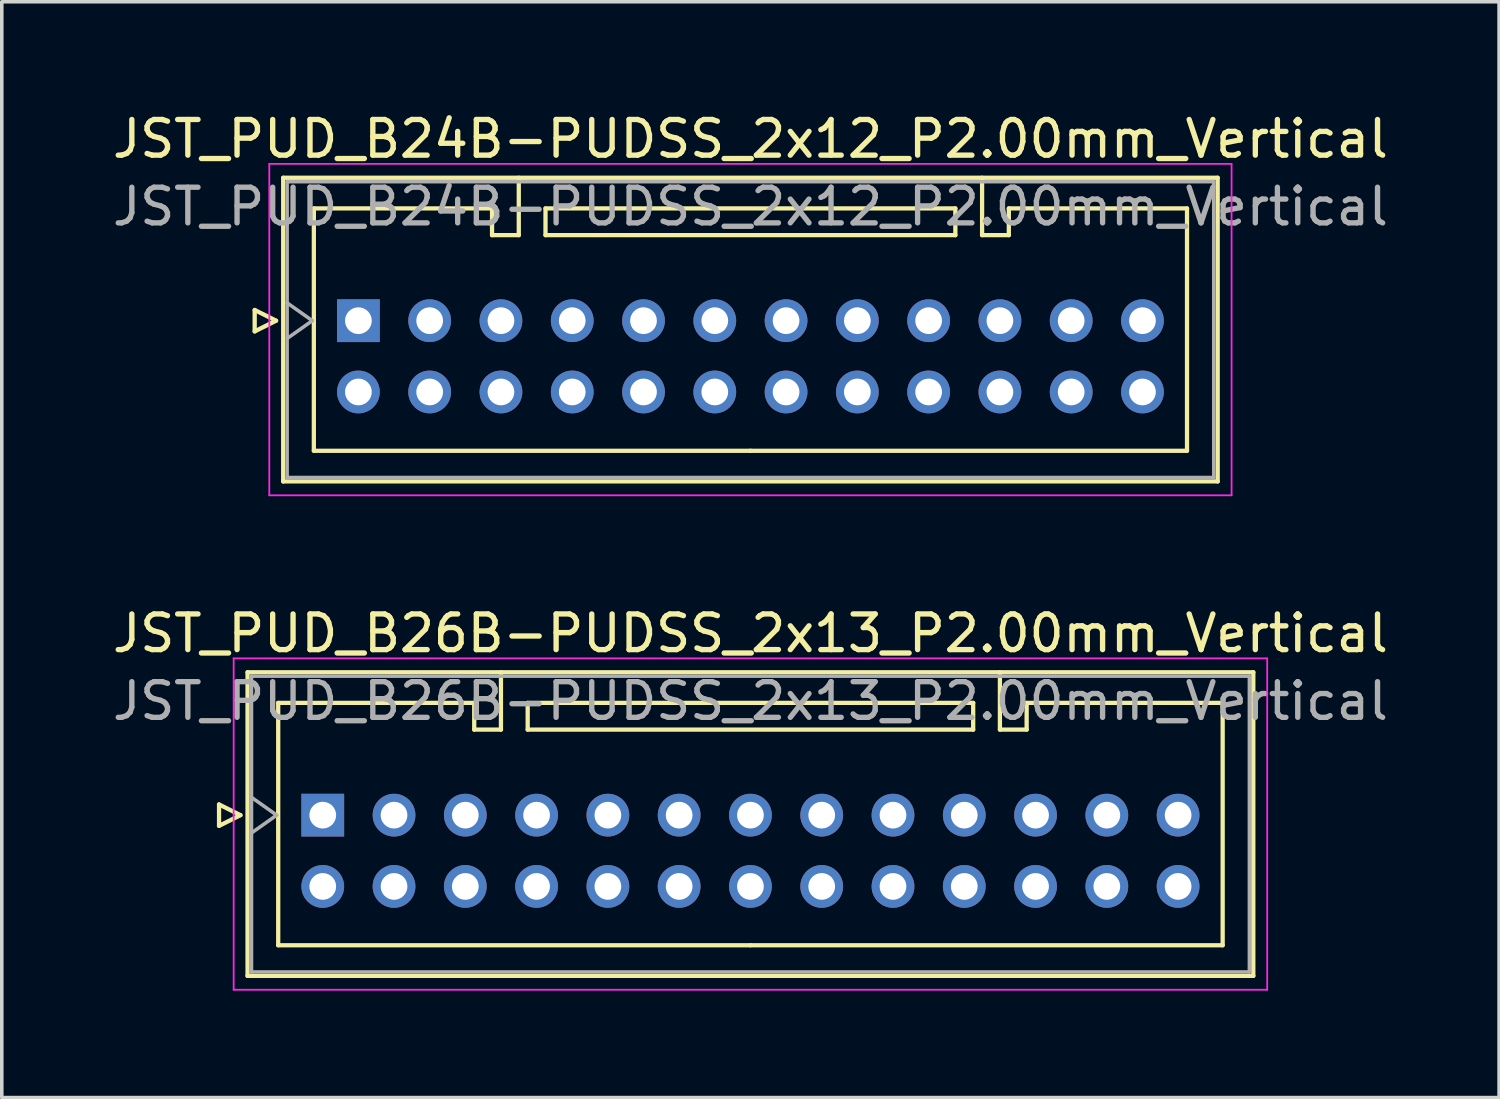
<source format=kicad_pcb>
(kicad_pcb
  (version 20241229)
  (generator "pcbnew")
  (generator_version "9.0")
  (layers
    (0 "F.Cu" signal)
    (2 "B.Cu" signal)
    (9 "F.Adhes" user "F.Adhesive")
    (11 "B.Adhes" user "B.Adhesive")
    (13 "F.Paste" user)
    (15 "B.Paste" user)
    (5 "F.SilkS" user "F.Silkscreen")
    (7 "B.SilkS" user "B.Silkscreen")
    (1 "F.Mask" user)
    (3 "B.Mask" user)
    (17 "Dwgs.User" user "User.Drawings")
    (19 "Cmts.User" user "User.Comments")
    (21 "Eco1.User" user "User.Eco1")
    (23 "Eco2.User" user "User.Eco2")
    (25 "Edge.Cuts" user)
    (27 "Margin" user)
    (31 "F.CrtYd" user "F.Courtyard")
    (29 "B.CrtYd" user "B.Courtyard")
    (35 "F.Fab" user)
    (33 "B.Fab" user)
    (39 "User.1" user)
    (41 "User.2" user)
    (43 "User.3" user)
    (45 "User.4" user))
  (footprint "JST_PUD_B26B-PUDSS_2x13_P2.00mm_Vertical"
    (layer "F.Cu")
    (at 6.006 19.822)
    (property "Reference" "JST_PUD_B26B-PUDSS_2x13_P2.00mm_Vertical" (at 12 -5.1 0) (layer "F.SilkS") (effects (font (size 1 1) (thickness 0.15))))
    (attr through_hole)
    (fp_line (start -2.91 -0.3) (end -2.31 0) (stroke (width 0.12) (type solid)) (layer "F.SilkS"))
    (fp_line (start -2.91 0.3) (end -2.91 -0.3) (stroke (width 0.12) (type solid)) (layer "F.SilkS"))
    (fp_line (start -2.31 0) (end -2.91 0.3) (stroke (width 0.12) (type solid)) (layer "F.SilkS"))
    (fp_line (start -2.11 -4.01) (end -2.11 4.51) (stroke (width 0.12) (type solid)) (layer "F.SilkS"))
    (fp_line (start -2.11 4.51) (end 26.11 4.51) (stroke (width 0.12) (type solid)) (layer "F.SilkS"))
    (fp_line (start -1.25 -3.15) (end -1.25 3.65) (stroke (width 0.12) (type solid)) (layer "F.SilkS"))
    (fp_line (start -1.25 3.65) (end 12 3.65) (stroke (width 0.12) (type solid)) (layer "F.SilkS"))
    (fp_line (start 4.25 -3.15) (end -1.25 -3.15) (stroke (width 0.12) (type solid)) (layer "F.SilkS"))
    (fp_line (start 4.25 -2.4) (end 4.25 -3.15) (stroke (width 0.12) (type solid)) (layer "F.SilkS"))
    (fp_line (start 5 -4.01) (end 5 -2.4) (stroke (width 0.12) (type solid)) (layer "F.SilkS"))
    (fp_line (start 5 -2.4) (end 4.25 -2.4) (stroke (width 0.12) (type solid)) (layer "F.SilkS"))
    (fp_line (start 5.75 -3.15) (end 5.75 -2.4) (stroke (width 0.12) (type solid)) (layer "F.SilkS"))
    (fp_line (start 5.75 -2.4) (end 18.25 -2.4) (stroke (width 0.12) (type solid)) (layer "F.SilkS"))
    (fp_line (start 18.25 -3.15) (end 5.75 -3.15) (stroke (width 0.12) (type solid)) (layer "F.SilkS"))
    (fp_line (start 18.25 -2.4) (end 18.25 -3.15) (stroke (width 0.12) (type solid)) (layer "F.SilkS"))
    (fp_line (start 19 -4.01) (end 19 -2.4) (stroke (width 0.12) (type solid)) (layer "F.SilkS"))
    (fp_line (start 19 -2.4) (end 19.75 -2.4) (stroke (width 0.12) (type solid)) (layer "F.SilkS"))
    (fp_line (start 19.75 -3.15) (end 25.25 -3.15) (stroke (width 0.12) (type solid)) (layer "F.SilkS"))
    (fp_line (start 19.75 -2.4) (end 19.75 -3.15) (stroke (width 0.12) (type solid)) (layer "F.SilkS"))
    (fp_line (start 25.25 -3.15) (end 25.25 3.65) (stroke (width 0.12) (type solid)) (layer "F.SilkS"))
    (fp_line (start 25.25 3.65) (end 12 3.65) (stroke (width 0.12) (type solid)) (layer "F.SilkS"))
    (fp_line (start 26.11 -4.01) (end -2.11 -4.01) (stroke (width 0.12) (type solid)) (layer "F.SilkS"))
    (fp_line (start 26.11 4.51) (end 26.11 -4.01) (stroke (width 0.12) (type solid)) (layer "F.SilkS"))
    (fp_line (start -2.5 -4.4) (end -2.5 4.9) (stroke (width 0.05) (type solid)) (layer "F.CrtYd"))
    (fp_line (start -2.5 4.9) (end 26.5 4.9) (stroke (width 0.05) (type solid)) (layer "F.CrtYd"))
    (fp_line (start 26.5 -4.4) (end -2.5 -4.4) (stroke (width 0.05) (type solid)) (layer "F.CrtYd"))
    (fp_line (start 26.5 4.9) (end 26.5 -4.4) (stroke (width 0.05) (type solid)) (layer "F.CrtYd"))
    (fp_line (start -2 -3.9) (end -2 4.4) (stroke (width 0.1) (type solid)) (layer "F.Fab"))
    (fp_line (start -2 0.5) (end -1.293 0) (stroke (width 0.1) (type solid)) (layer "F.Fab"))
    (fp_line (start -2 4.4) (end 26 4.4) (stroke (width 0.1) (type solid)) (layer "F.Fab"))
    (fp_line (start -1.293 0) (end -2 -0.5) (stroke (width 0.1) (type solid)) (layer "F.Fab"))
    (fp_line (start 26 -3.9) (end -2 -3.9) (stroke (width 0.1) (type solid)) (layer "F.Fab"))
    (fp_line (start 26 4.4) (end 26 -3.9) (stroke (width 0.1) (type solid)) (layer "F.Fab"))
    (fp_text user "${REFERENCE}" (at 12 -3.2 0) (layer "F.Fab") (effects (font (size 1 1) (thickness 0.15))))
    (pad "1" thru_hole rect (at 0 0) (size 1.2 1.2) (drill 0.75) (layers "*.Cu" "*.Mask"))
    (pad "2" thru_hole circle (at 0 2) (size 1.2 1.2) (drill 0.75) (layers "*.Cu" "*.Mask"))
    (pad "3" thru_hole circle (at 2 0) (size 1.2 1.2) (drill 0.75) (layers "*.Cu" "*.Mask"))
    (pad "4" thru_hole circle (at 2 2) (size 1.2 1.2) (drill 0.75) (layers "*.Cu" "*.Mask"))
    (pad "5" thru_hole circle (at 4 0) (size 1.2 1.2) (drill 0.75) (layers "*.Cu" "*.Mask"))
    (pad "6" thru_hole circle (at 4 2) (size 1.2 1.2) (drill 0.75) (layers "*.Cu" "*.Mask"))
    (pad "7" thru_hole circle (at 6 0) (size 1.2 1.2) (drill 0.75) (layers "*.Cu" "*.Mask"))
    (pad "8" thru_hole circle (at 6 2) (size 1.2 1.2) (drill 0.75) (layers "*.Cu" "*.Mask"))
    (pad "9" thru_hole circle (at 8 0) (size 1.2 1.2) (drill 0.75) (layers "*.Cu" "*.Mask"))
    (pad "10" thru_hole circle (at 8 2) (size 1.2 1.2) (drill 0.75) (layers "*.Cu" "*.Mask"))
    (pad "11" thru_hole circle (at 10 0) (size 1.2 1.2) (drill 0.75) (layers "*.Cu" "*.Mask"))
    (pad "12" thru_hole circle (at 10 2) (size 1.2 1.2) (drill 0.75) (layers "*.Cu" "*.Mask"))
    (pad "13" thru_hole circle (at 12 0) (size 1.2 1.2) (drill 0.75) (layers "*.Cu" "*.Mask"))
    (pad "14" thru_hole circle (at 12 2) (size 1.2 1.2) (drill 0.75) (layers "*.Cu" "*.Mask"))
    (pad "15" thru_hole circle (at 14 0) (size 1.2 1.2) (drill 0.75) (layers "*.Cu" "*.Mask"))
    (pad "16" thru_hole circle (at 14 2) (size 1.2 1.2) (drill 0.75) (layers "*.Cu" "*.Mask"))
    (pad "17" thru_hole circle (at 16 0) (size 1.2 1.2) (drill 0.75) (layers "*.Cu" "*.Mask"))
    (pad "18" thru_hole circle (at 16 2) (size 1.2 1.2) (drill 0.75) (layers "*.Cu" "*.Mask"))
    (pad "19" thru_hole circle (at 18 0) (size 1.2 1.2) (drill 0.75) (layers "*.Cu" "*.Mask"))
    (pad "20" thru_hole circle (at 18 2) (size 1.2 1.2) (drill 0.75) (layers "*.Cu" "*.Mask"))
    (pad "21" thru_hole circle (at 20 0) (size 1.2 1.2) (drill 0.75) (layers "*.Cu" "*.Mask"))
    (pad "22" thru_hole circle (at 20 2) (size 1.2 1.2) (drill 0.75) (layers "*.Cu" "*.Mask"))
    (pad "23" thru_hole circle (at 22 0) (size 1.2 1.2) (drill 0.75) (layers "*.Cu" "*.Mask"))
    (pad "24" thru_hole circle (at 22 2) (size 1.2 1.2) (drill 0.75) (layers "*.Cu" "*.Mask"))
    (pad "25" thru_hole circle (at 24 0) (size 1.2 1.2) (drill 0.75) (layers "*.Cu" "*.Mask"))
    (pad "26" thru_hole circle (at 24 2) (size 1.2 1.2) (drill 0.75) (layers "*.Cu" "*.Mask")))
  (footprint "JST_PUD_B24B-PUDSS_2x12_P2.00mm_Vertical"
    (layer "F.Cu")
    (at 7.006 5.948)
    (property "Reference" "JST_PUD_B24B-PUDSS_2x12_P2.00mm_Vertical" (at 11 -5.1 0) (layer "F.SilkS") (effects (font (size 1 1) (thickness 0.15))))
    (attr through_hole)
    (fp_line (start -2.91 -0.3) (end -2.31 0) (stroke (width 0.12) (type solid)) (layer "F.SilkS"))
    (fp_line (start -2.91 0.3) (end -2.91 -0.3) (stroke (width 0.12) (type solid)) (layer "F.SilkS"))
    (fp_line (start -2.31 0) (end -2.91 0.3) (stroke (width 0.12) (type solid)) (layer "F.SilkS"))
    (fp_line (start -2.11 -4.01) (end -2.11 4.51) (stroke (width 0.12) (type solid)) (layer "F.SilkS"))
    (fp_line (start -2.11 4.51) (end 24.11 4.51) (stroke (width 0.12) (type solid)) (layer "F.SilkS"))
    (fp_line (start -1.25 -3.15) (end -1.25 3.65) (stroke (width 0.12) (type solid)) (layer "F.SilkS"))
    (fp_line (start -1.25 3.65) (end 11 3.65) (stroke (width 0.12) (type solid)) (layer "F.SilkS"))
    (fp_line (start 3.75 -3.15) (end -1.25 -3.15) (stroke (width 0.12) (type solid)) (layer "F.SilkS"))
    (fp_line (start 3.75 -2.4) (end 3.75 -3.15) (stroke (width 0.12) (type solid)) (layer "F.SilkS"))
    (fp_line (start 4.5 -4.01) (end 4.5 -2.4) (stroke (width 0.12) (type solid)) (layer "F.SilkS"))
    (fp_line (start 4.5 -2.4) (end 3.75 -2.4) (stroke (width 0.12) (type solid)) (layer "F.SilkS"))
    (fp_line (start 5.25 -3.15) (end 5.25 -2.4) (stroke (width 0.12) (type solid)) (layer "F.SilkS"))
    (fp_line (start 5.25 -2.4) (end 16.75 -2.4) (stroke (width 0.12) (type solid)) (layer "F.SilkS"))
    (fp_line (start 16.75 -3.15) (end 5.25 -3.15) (stroke (width 0.12) (type solid)) (layer "F.SilkS"))
    (fp_line (start 16.75 -2.4) (end 16.75 -3.15) (stroke (width 0.12) (type solid)) (layer "F.SilkS"))
    (fp_line (start 17.5 -4.01) (end 17.5 -2.4) (stroke (width 0.12) (type solid)) (layer "F.SilkS"))
    (fp_line (start 17.5 -2.4) (end 18.25 -2.4) (stroke (width 0.12) (type solid)) (layer "F.SilkS"))
    (fp_line (start 18.25 -3.15) (end 23.25 -3.15) (stroke (width 0.12) (type solid)) (layer "F.SilkS"))
    (fp_line (start 18.25 -2.4) (end 18.25 -3.15) (stroke (width 0.12) (type solid)) (layer "F.SilkS"))
    (fp_line (start 23.25 -3.15) (end 23.25 3.65) (stroke (width 0.12) (type solid)) (layer "F.SilkS"))
    (fp_line (start 23.25 3.65) (end 11 3.65) (stroke (width 0.12) (type solid)) (layer "F.SilkS"))
    (fp_line (start 24.11 -4.01) (end -2.11 -4.01) (stroke (width 0.12) (type solid)) (layer "F.SilkS"))
    (fp_line (start 24.11 4.51) (end 24.11 -4.01) (stroke (width 0.12) (type solid)) (layer "F.SilkS"))
    (fp_line (start -2.5 -4.4) (end -2.5 4.9) (stroke (width 0.05) (type solid)) (layer "F.CrtYd"))
    (fp_line (start -2.5 4.9) (end 24.5 4.9) (stroke (width 0.05) (type solid)) (layer "F.CrtYd"))
    (fp_line (start 24.5 -4.4) (end -2.5 -4.4) (stroke (width 0.05) (type solid)) (layer "F.CrtYd"))
    (fp_line (start 24.5 4.9) (end 24.5 -4.4) (stroke (width 0.05) (type solid)) (layer "F.CrtYd"))
    (fp_line (start -2 -3.9) (end -2 4.4) (stroke (width 0.1) (type solid)) (layer "F.Fab"))
    (fp_line (start -2 0.5) (end -1.293 0) (stroke (width 0.1) (type solid)) (layer "F.Fab"))
    (fp_line (start -2 4.4) (end 24 4.4) (stroke (width 0.1) (type solid)) (layer "F.Fab"))
    (fp_line (start -1.293 0) (end -2 -0.5) (stroke (width 0.1) (type solid)) (layer "F.Fab"))
    (fp_line (start 24 -3.9) (end -2 -3.9) (stroke (width 0.1) (type solid)) (layer "F.Fab"))
    (fp_line (start 24 4.4) (end 24 -3.9) (stroke (width 0.1) (type solid)) (layer "F.Fab"))
    (fp_text user "${REFERENCE}" (at 11 -3.2 0) (layer "F.Fab") (effects (font (size 1 1) (thickness 0.15))))
    (pad "1" thru_hole rect (at 0 0) (size 1.2 1.2) (drill 0.75) (layers "*.Cu" "*.Mask"))
    (pad "2" thru_hole circle (at 0 2) (size 1.2 1.2) (drill 0.75) (layers "*.Cu" "*.Mask"))
    (pad "3" thru_hole circle (at 2 0) (size 1.2 1.2) (drill 0.75) (layers "*.Cu" "*.Mask"))
    (pad "4" thru_hole circle (at 2 2) (size 1.2 1.2) (drill 0.75) (layers "*.Cu" "*.Mask"))
    (pad "5" thru_hole circle (at 4 0) (size 1.2 1.2) (drill 0.75) (layers "*.Cu" "*.Mask"))
    (pad "6" thru_hole circle (at 4 2) (size 1.2 1.2) (drill 0.75) (layers "*.Cu" "*.Mask"))
    (pad "7" thru_hole circle (at 6 0) (size 1.2 1.2) (drill 0.75) (layers "*.Cu" "*.Mask"))
    (pad "8" thru_hole circle (at 6 2) (size 1.2 1.2) (drill 0.75) (layers "*.Cu" "*.Mask"))
    (pad "9" thru_hole circle (at 8 0) (size 1.2 1.2) (drill 0.75) (layers "*.Cu" "*.Mask"))
    (pad "10" thru_hole circle (at 8 2) (size 1.2 1.2) (drill 0.75) (layers "*.Cu" "*.Mask"))
    (pad "11" thru_hole circle (at 10 0) (size 1.2 1.2) (drill 0.75) (layers "*.Cu" "*.Mask"))
    (pad "12" thru_hole circle (at 10 2) (size 1.2 1.2) (drill 0.75) (layers "*.Cu" "*.Mask"))
    (pad "13" thru_hole circle (at 12 0) (size 1.2 1.2) (drill 0.75) (layers "*.Cu" "*.Mask"))
    (pad "14" thru_hole circle (at 12 2) (size 1.2 1.2) (drill 0.75) (layers "*.Cu" "*.Mask"))
    (pad "15" thru_hole circle (at 14 0) (size 1.2 1.2) (drill 0.75) (layers "*.Cu" "*.Mask"))
    (pad "16" thru_hole circle (at 14 2) (size 1.2 1.2) (drill 0.75) (layers "*.Cu" "*.Mask"))
    (pad "17" thru_hole circle (at 16 0) (size 1.2 1.2) (drill 0.75) (layers "*.Cu" "*.Mask"))
    (pad "18" thru_hole circle (at 16 2) (size 1.2 1.2) (drill 0.75) (layers "*.Cu" "*.Mask"))
    (pad "19" thru_hole circle (at 18 0) (size 1.2 1.2) (drill 0.75) (layers "*.Cu" "*.Mask"))
    (pad "20" thru_hole circle (at 18 2) (size 1.2 1.2) (drill 0.75) (layers "*.Cu" "*.Mask"))
    (pad "21" thru_hole circle (at 20 0) (size 1.2 1.2) (drill 0.75) (layers "*.Cu" "*.Mask"))
    (pad "22" thru_hole circle (at 20 2) (size 1.2 1.2) (drill 0.75) (layers "*.Cu" "*.Mask"))
    (pad "23" thru_hole circle (at 22 0) (size 1.2 1.2) (drill 0.75) (layers "*.Cu" "*.Mask"))
    (pad "24" thru_hole circle (at 22 2) (size 1.2 1.2) (drill 0.75) (layers "*.Cu" "*.Mask")))
  (gr_rect
    (start -3 -3)
    (end 39.012 27.747)
    (stroke (width 0.1) (type default))
    (fill no)
    (layer "Edge.Cuts")))
</source>
